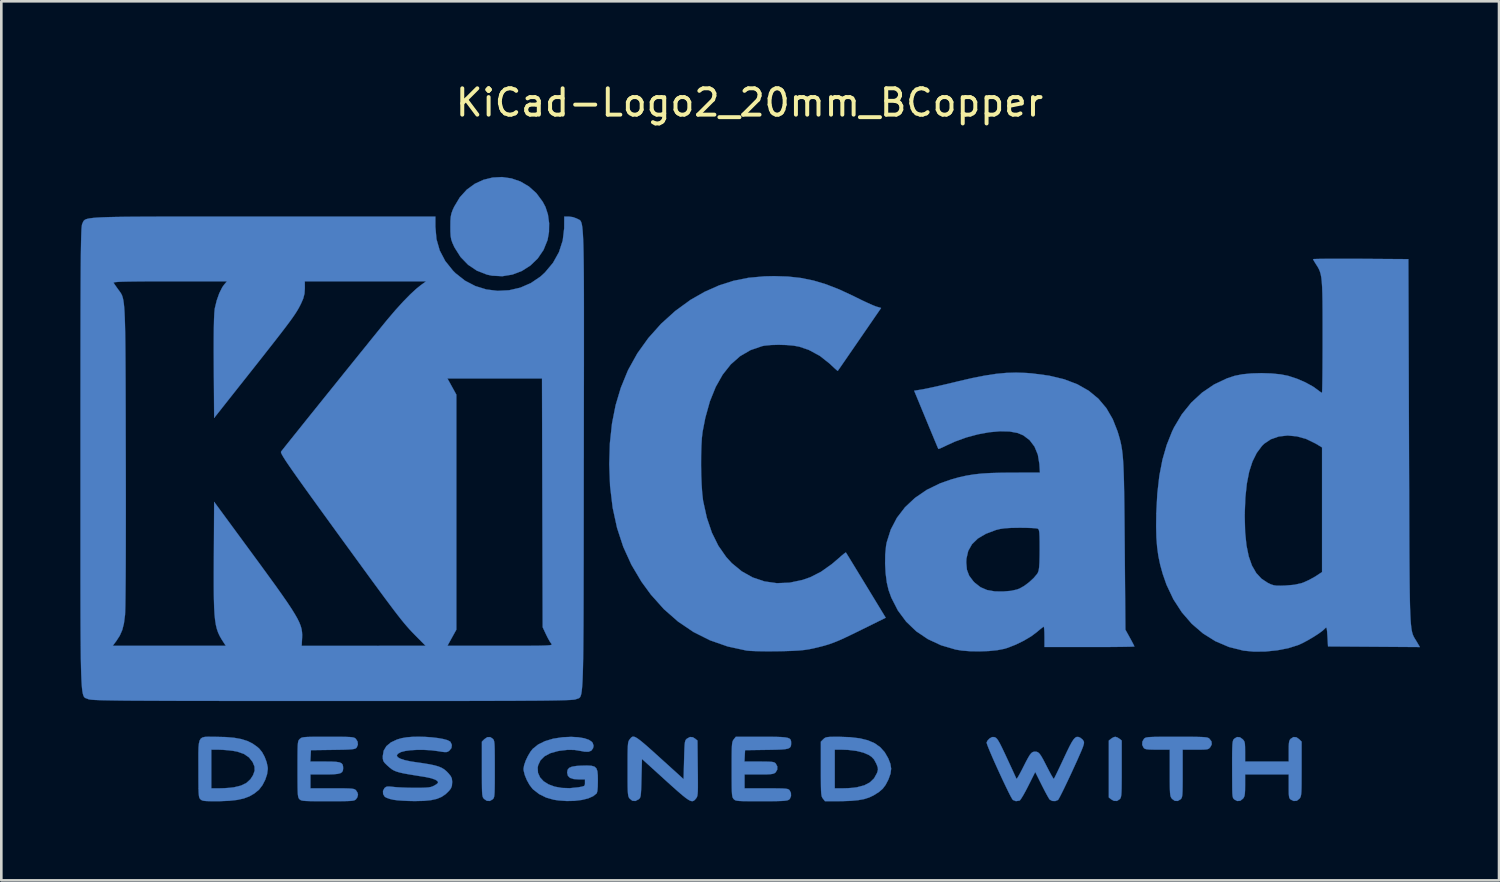
<source format=kicad_pcb>
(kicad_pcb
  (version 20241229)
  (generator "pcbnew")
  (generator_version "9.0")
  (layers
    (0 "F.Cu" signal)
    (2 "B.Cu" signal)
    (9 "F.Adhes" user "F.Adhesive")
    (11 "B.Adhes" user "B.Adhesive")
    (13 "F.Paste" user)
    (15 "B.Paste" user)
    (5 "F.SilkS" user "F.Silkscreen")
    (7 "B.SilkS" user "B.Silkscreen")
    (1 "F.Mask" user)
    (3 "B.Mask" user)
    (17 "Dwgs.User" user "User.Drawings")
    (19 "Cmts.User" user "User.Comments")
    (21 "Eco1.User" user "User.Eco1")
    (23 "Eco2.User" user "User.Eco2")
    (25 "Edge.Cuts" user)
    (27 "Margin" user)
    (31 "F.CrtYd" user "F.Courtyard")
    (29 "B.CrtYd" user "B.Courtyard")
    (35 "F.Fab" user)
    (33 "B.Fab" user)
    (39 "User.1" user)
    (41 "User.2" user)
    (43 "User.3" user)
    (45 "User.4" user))
  (footprint "KiCad-Logo2_20mm_BCopper"
    (layer "F.Cu")
    (at 25.405 13.548)
    (property "Reference" "KiCad-Logo2_20mm_BCopper" (at 0 -12.7 0) (layer "F.SilkS") (effects (font (size 1 1) (thickness 0.15))))
    (attr exclude_from_pos_files exclude_from_bom)
    (fp_poly (pts (xy 13.962 11.396) (xy 14.041 11.445) (xy 14.13 11.517) (xy 14.13 12.589) (xy 14.13 12.903) (xy 14.128 13.15) (xy 14.126 13.339) (xy 14.121 13.479) (xy 14.114 13.579) (xy 14.103 13.648) (xy 14.089 13.693) (xy 14.071 13.725) (xy 14.058 13.74) (xy 13.953 13.809) (xy 13.834 13.806) (xy 13.73 13.748) (xy 13.641 13.676) (xy 13.641 11.517) (xy 13.73 11.445) (xy 13.815 11.393) (xy 13.885 11.374) (xy 13.962 11.396)) (stroke (width 0.01) (type solid)) (fill yes) (layer "B.Cu"))
    (fp_poly (pts (xy -9.746 11.449) (xy -9.724 11.474) (xy -9.707 11.507) (xy -9.694 11.555) (xy -9.684 11.629) (xy -9.678 11.735) (xy -9.674 11.885) (xy -9.672 12.085) (xy -9.671 12.344) (xy -9.671 12.597) (xy -9.671 12.909) (xy -9.672 13.156) (xy -9.675 13.344) (xy -9.679 13.483) (xy -9.686 13.583) (xy -9.696 13.65) (xy -9.71 13.694) (xy -9.728 13.725) (xy -9.746 13.744) (xy -9.856 13.81) (xy -9.973 13.804) (xy -10.078 13.732) (xy -10.102 13.704) (xy -10.121 13.672) (xy -10.135 13.626) (xy -10.146 13.558) (xy -10.153 13.458) (xy -10.157 13.318) (xy -10.159 13.129) (xy -10.16 12.882) (xy -10.16 12.602) (xy -10.16 11.558) (xy -10.068 11.466) (xy -9.954 11.388) (xy -9.843 11.385) (xy -9.746 11.449)) (stroke (width 0.01) (type solid)) (fill yes) (layer "B.Cu"))
    (fp_poly (pts (xy -9.038 -9.825) (xy -8.696 -9.707) (xy -8.378 -9.52) (xy -8.094 -9.266) (xy -7.854 -8.943) (xy -7.746 -8.74) (xy -7.653 -8.455) (xy -7.608 -8.127) (xy -7.613 -7.79) (xy -7.668 -7.484) (xy -7.82 -7.11) (xy -8.04 -6.786) (xy -8.318 -6.518) (xy -8.641 -6.312) (xy -8.999 -6.175) (xy -9.381 -6.112) (xy -9.775 -6.132) (xy -9.969 -6.173) (xy -10.347 -6.32) (xy -10.683 -6.545) (xy -10.969 -6.84) (xy -11.196 -7.198) (xy -11.216 -7.238) (xy -11.282 -7.385) (xy -11.324 -7.508) (xy -11.346 -7.639) (xy -11.356 -7.807) (xy -11.357 -7.989) (xy -11.355 -8.208) (xy -11.343 -8.366) (xy -11.317 -8.494) (xy -11.271 -8.622) (xy -11.213 -8.748) (xy -10.999 -9.106) (xy -10.735 -9.397) (xy -10.432 -9.619) (xy -10.101 -9.772) (xy -9.751 -9.858) (xy -9.393 -9.876) (xy -9.038 -9.825)) (stroke (width 0.01) (type solid)) (fill yes) (layer "B.Cu"))
    (fp_poly (pts (xy 16.544 11.374) (xy 16.806 11.375) (xy 17.01 11.378) (xy 17.163 11.382) (xy 17.274 11.389) (xy 17.351 11.398) (xy 17.402 11.411) (xy 17.436 11.427) (xy 17.453 11.439) (xy 17.538 11.548) (xy 17.549 11.66) (xy 17.496 11.763) (xy 17.461 11.804) (xy 17.424 11.832) (xy 17.37 11.849) (xy 17.285 11.858) (xy 17.156 11.862) (xy 16.968 11.863) (xy 16.931 11.863) (xy 16.444 11.863) (xy 16.444 12.766) (xy 16.444 13.051) (xy 16.442 13.27) (xy 16.439 13.433) (xy 16.433 13.549) (xy 16.424 13.629) (xy 16.41 13.682) (xy 16.392 13.717) (xy 16.369 13.744) (xy 16.259 13.81) (xy 16.145 13.805) (xy 16.041 13.73) (xy 16.033 13.72) (xy 16.008 13.685) (xy 15.989 13.644) (xy 15.975 13.586) (xy 15.966 13.503) (xy 15.96 13.383) (xy 15.957 13.217) (xy 15.955 12.995) (xy 15.955 12.742) (xy 15.955 11.863) (xy 15.49 11.863) (xy 15.291 11.861) (xy 15.153 11.856) (xy 15.062 11.845) (xy 15.005 11.827) (xy 14.968 11.799) (xy 14.964 11.794) (xy 14.909 11.683) (xy 14.914 11.558) (xy 14.977 11.449) (xy 15.001 11.428) (xy 15.032 11.411) (xy 15.079 11.398) (xy 15.149 11.388) (xy 15.251 11.382) (xy 15.394 11.377) (xy 15.585 11.375) (xy 15.834 11.374) (xy 16.147 11.374) (xy 16.214 11.374) (xy 16.544 11.374)) (stroke (width 0.01) (type solid)) (fill yes) (layer "B.Cu"))
    (fp_poly (pts (xy 20.763 11.392) (xy 20.867 11.466) (xy 20.96 11.558) (xy 20.96 12.59) (xy 20.959 12.896) (xy 20.958 13.136) (xy 20.956 13.319) (xy 20.951 13.455) (xy 20.943 13.551) (xy 20.932 13.618) (xy 20.917 13.664) (xy 20.897 13.699) (xy 20.882 13.72) (xy 20.779 13.802) (xy 20.662 13.811) (xy 20.554 13.761) (xy 20.519 13.731) (xy 20.495 13.692) (xy 20.481 13.628) (xy 20.473 13.527) (xy 20.471 13.372) (xy 20.471 13.253) (xy 20.471 12.803) (xy 18.815 12.803) (xy 18.815 13.212) (xy 18.813 13.399) (xy 18.806 13.528) (xy 18.792 13.615) (xy 18.767 13.676) (xy 18.737 13.72) (xy 18.634 13.802) (xy 18.517 13.812) (xy 18.406 13.754) (xy 18.375 13.723) (xy 18.354 13.683) (xy 18.34 13.62) (xy 18.331 13.522) (xy 18.327 13.376) (xy 18.325 13.171) (xy 18.325 13.123) (xy 18.323 12.735) (xy 18.322 12.416) (xy 18.322 12.157) (xy 18.324 11.953) (xy 18.328 11.796) (xy 18.333 11.678) (xy 18.341 11.594) (xy 18.352 11.536) (xy 18.365 11.497) (xy 18.382 11.469) (xy 18.401 11.449) (xy 18.507 11.383) (xy 18.618 11.392) (xy 18.722 11.466) (xy 18.765 11.514) (xy 18.792 11.567) (xy 18.807 11.642) (xy 18.813 11.757) (xy 18.815 11.929) (xy 18.815 11.936) (xy 18.815 12.314) (xy 20.471 12.314) (xy 20.471 11.919) (xy 20.472 11.737) (xy 20.479 11.614) (xy 20.493 11.534) (xy 20.518 11.481) (xy 20.546 11.449) (xy 20.652 11.383) (xy 20.763 11.392)) (stroke (width 0.01) (type solid)) (fill yes) (layer "B.Cu"))
    (fp_poly (pts (xy 3.394 11.374) (xy 3.824 11.389) (xy 4.19 11.433) (xy 4.497 11.509) (xy 4.753 11.62) (xy 4.962 11.769) (xy 5.131 11.957) (xy 5.266 12.189) (xy 5.268 12.195) (xy 5.349 12.402) (xy 5.377 12.585) (xy 5.354 12.77) (xy 5.279 12.98) (xy 5.265 13.012) (xy 5.167 13.2) (xy 5.058 13.345) (xy 4.917 13.468) (xy 4.724 13.59) (xy 4.713 13.597) (xy 4.545 13.677) (xy 4.355 13.738) (xy 4.132 13.779) (xy 3.862 13.805) (xy 3.534 13.817) (xy 3.418 13.818) (xy 2.865 13.819) (xy 2.787 13.72) (xy 2.764 13.688) (xy 2.746 13.65) (xy 2.733 13.597) (xy 2.723 13.521) (xy 2.716 13.411) (xy 2.714 13.33) (xy 3.236 13.33) (xy 3.549 13.33) (xy 3.732 13.325) (xy 3.92 13.311) (xy 4.074 13.291) (xy 4.084 13.289) (xy 4.358 13.216) (xy 4.57 13.105) (xy 4.728 12.953) (xy 4.838 12.753) (xy 4.857 12.7) (xy 4.876 12.618) (xy 4.868 12.536) (xy 4.828 12.428) (xy 4.804 12.375) (xy 4.727 12.233) (xy 4.633 12.134) (xy 4.53 12.065) (xy 4.323 11.975) (xy 4.059 11.91) (xy 3.751 11.872) (xy 3.528 11.864) (xy 3.236 11.863) (xy 3.236 13.33) (xy 2.714 13.33) (xy 2.712 13.26) (xy 2.71 13.058) (xy 2.709 12.795) (xy 2.709 12.59) (xy 2.709 11.558) (xy 2.802 11.466) (xy 2.843 11.428) (xy 2.887 11.403) (xy 2.949 11.387) (xy 3.043 11.378) (xy 3.182 11.375) (xy 3.382 11.374) (xy 3.394 11.374)) (stroke (width 0.01) (type solid)) (fill yes) (layer "B.Cu"))
    (fp_poly (pts (xy -20.405 11.374) (xy -20.273 11.375) (xy -19.887 11.384) (xy -19.564 11.412) (xy -19.293 11.461) (xy -19.062 11.534) (xy -18.861 11.634) (xy -18.679 11.765) (xy -18.614 11.822) (xy -18.506 11.955) (xy -18.408 12.135) (xy -18.333 12.334) (xy -18.292 12.526) (xy -18.288 12.597) (xy -18.315 12.793) (xy -18.386 13.007) (xy -18.49 13.209) (xy -18.613 13.371) (xy -18.633 13.391) (xy -18.802 13.528) (xy -18.987 13.635) (xy -19.199 13.715) (xy -19.448 13.77) (xy -19.746 13.803) (xy -20.102 13.818) (xy -20.265 13.819) (xy -20.473 13.818) (xy -20.618 13.814) (xy -20.716 13.805) (xy -20.78 13.789) (xy -20.824 13.765) (xy -20.847 13.744) (xy -20.869 13.719) (xy -20.886 13.686) (xy -20.899 13.638) (xy -20.908 13.564) (xy -20.915 13.458) (xy -20.919 13.308) (xy -20.921 13.108) (xy -20.922 12.849) (xy -20.922 12.597) (xy -20.923 12.26) (xy -20.923 11.991) (xy -20.92 11.863) (xy -20.433 11.863) (xy -20.433 13.33) (xy -20.122 13.33) (xy -19.936 13.325) (xy -19.74 13.311) (xy -19.577 13.292) (xy -19.572 13.291) (xy -19.308 13.227) (xy -19.103 13.128) (xy -18.948 12.986) (xy -18.849 12.833) (xy -18.788 12.663) (xy -18.793 12.504) (xy -18.863 12.333) (xy -19.002 12.156) (xy -19.193 12.025) (xy -19.442 11.938) (xy -19.609 11.907) (xy -19.798 11.885) (xy -19.998 11.869) (xy -20.169 11.863) (xy -20.179 11.863) (xy -20.433 11.863) (xy -20.92 11.863) (xy -20.918 11.783) (xy -20.903 11.627) (xy -20.876 11.516) (xy -20.832 11.443) (xy -20.767 11.399) (xy -20.676 11.378) (xy -20.557 11.372) (xy -20.405 11.374)) (stroke (width 0.01) (type solid)) (fill yes) (layer "B.Cu"))
    (fp_poly (pts (xy -4.334 11.388) (xy -4.255 11.434) (xy -4.152 11.51) (xy -4.02 11.618) (xy -3.853 11.762) (xy -3.646 11.947) (xy -3.394 12.175) (xy -3.104 12.437) (xy -2.502 12.983) (xy -2.484 12.25) (xy -2.477 11.998) (xy -2.47 11.81) (xy -2.462 11.676) (xy -2.452 11.584) (xy -2.437 11.524) (xy -2.417 11.486) (xy -2.39 11.457) (xy -2.376 11.445) (xy -2.261 11.382) (xy -2.151 11.391) (xy -2.064 11.445) (xy -1.976 11.517) (xy -1.965 12.567) (xy -1.961 12.876) (xy -1.96 13.118) (xy -1.96 13.304) (xy -1.963 13.441) (xy -1.97 13.539) (xy -1.979 13.608) (xy -1.994 13.655) (xy -2.012 13.69) (xy -2.033 13.718) (xy -2.078 13.771) (xy -2.123 13.805) (xy -2.174 13.819) (xy -2.237 13.807) (xy -2.318 13.766) (xy -2.424 13.693) (xy -2.561 13.583) (xy -2.735 13.433) (xy -2.952 13.24) (xy -3.199 13.017) (xy -4.083 12.215) (xy -4.102 12.945) (xy -4.108 13.197) (xy -4.115 13.385) (xy -4.123 13.518) (xy -4.133 13.61) (xy -4.148 13.669) (xy -4.168 13.708) (xy -4.195 13.736) (xy -4.209 13.748) (xy -4.333 13.811) (xy -4.449 13.802) (xy -4.55 13.72) (xy -4.574 13.688) (xy -4.592 13.649) (xy -4.605 13.597) (xy -4.615 13.52) (xy -4.622 13.41) (xy -4.626 13.258) (xy -4.628 13.055) (xy -4.628 12.792) (xy -4.628 12.597) (xy -4.628 12.291) (xy -4.627 12.052) (xy -4.624 11.87) (xy -4.619 11.736) (xy -4.612 11.64) (xy -4.601 11.574) (xy -4.585 11.528) (xy -4.565 11.493) (xy -4.55 11.473) (xy -4.513 11.426) (xy -4.478 11.39) (xy -4.44 11.37) (xy -4.393 11.368) (xy -4.334 11.388)) (stroke (width 0.01) (type solid)) (fill yes) (layer "B.Cu"))
    (fp_poly (pts (xy -6.5 11.392) (xy -6.272 11.43) (xy -6.096 11.49) (xy -5.982 11.568) (xy -5.951 11.613) (xy -5.92 11.717) (xy -5.941 11.811) (xy -6.008 11.901) (xy -6.112 11.942) (xy -6.264 11.939) (xy -6.381 11.916) (xy -6.641 11.873) (xy -6.907 11.869) (xy -7.205 11.904) (xy -7.287 11.919) (xy -7.564 11.997) (xy -7.781 12.113) (xy -7.935 12.265) (xy -8.024 12.452) (xy -8.042 12.548) (xy -8.03 12.743) (xy -7.952 12.916) (xy -7.816 13.063) (xy -7.628 13.181) (xy -7.396 13.266) (xy -7.126 13.315) (xy -6.826 13.325) (xy -6.503 13.292) (xy -6.485 13.289) (xy -6.356 13.265) (xy -6.285 13.242) (xy -6.254 13.207) (xy -6.247 13.15) (xy -6.247 13.119) (xy -6.247 12.992) (xy -6.475 12.992) (xy -6.676 12.978) (xy -6.814 12.934) (xy -6.894 12.856) (xy -6.923 12.74) (xy -6.923 12.725) (xy -6.906 12.626) (xy -6.848 12.555) (xy -6.74 12.508) (xy -6.572 12.481) (xy -6.41 12.471) (xy -6.175 12.465) (xy -6.004 12.474) (xy -5.887 12.506) (xy -5.815 12.571) (xy -5.776 12.678) (xy -5.76 12.836) (xy -5.757 13.044) (xy -5.762 13.275) (xy -5.776 13.433) (xy -5.8 13.517) (xy -5.804 13.523) (xy -5.934 13.628) (xy -6.124 13.712) (xy -6.363 13.771) (xy -6.638 13.805) (xy -6.937 13.812) (xy -7.249 13.79) (xy -7.432 13.763) (xy -7.719 13.682) (xy -7.986 13.549) (xy -8.21 13.376) (xy -8.244 13.342) (xy -8.354 13.197) (xy -8.454 13.017) (xy -8.531 12.829) (xy -8.574 12.658) (xy -8.58 12.592) (xy -8.557 12.455) (xy -8.499 12.284) (xy -8.414 12.105) (xy -8.316 11.941) (xy -8.229 11.831) (xy -8.026 11.668) (xy -7.763 11.538) (xy -7.451 11.445) (xy -7.097 11.391) (xy -6.773 11.377) (xy -6.5 11.392)) (stroke (width 0.01) (type solid)) (fill yes) (layer "B.Cu"))
    (fp_poly (pts (xy 0.768 11.374) (xy 1.022 11.377) (xy 1.217 11.384) (xy 1.361 11.397) (xy 1.461 11.418) (xy 1.525 11.447) (xy 1.561 11.487) (xy 1.577 11.54) (xy 1.58 11.607) (xy 1.58 11.614) (xy 1.577 11.69) (xy 1.561 11.748) (xy 1.524 11.792) (xy 1.458 11.823) (xy 1.353 11.844) (xy 1.201 11.857) (xy 0.993 11.865) (xy 0.721 11.87) (xy 0.638 11.871) (xy -0.169 11.882) (xy -0.181 12.098) (xy -0.192 12.314) (xy 0.369 12.314) (xy 0.588 12.315) (xy 0.744 12.319) (xy 0.85 12.326) (xy 0.919 12.339) (xy 0.964 12.359) (xy 0.996 12.388) (xy 0.996 12.388) (xy 1.055 12.5) (xy 1.052 12.621) (xy 0.991 12.725) (xy 0.979 12.735) (xy 0.936 12.763) (xy 0.877 12.782) (xy 0.789 12.794) (xy 0.658 12.801) (xy 0.472 12.803) (xy 0.353 12.803) (xy -0.188 12.803) (xy -0.188 13.33) (xy 0.634 13.33) (xy 0.905 13.331) (xy 1.111 13.333) (xy 1.262 13.337) (xy 1.367 13.344) (xy 1.437 13.355) (xy 1.482 13.371) (xy 1.511 13.392) (xy 1.518 13.399) (xy 1.572 13.504) (xy 1.576 13.624) (xy 1.532 13.728) (xy 1.497 13.761) (xy 1.46 13.779) (xy 1.404 13.793) (xy 1.319 13.804) (xy 1.196 13.811) (xy 1.026 13.816) (xy 0.8 13.819) (xy 0.51 13.819) (xy 0.445 13.819) (xy 0.15 13.819) (xy -0.079 13.818) (xy -0.251 13.816) (xy -0.376 13.811) (xy -0.463 13.802) (xy -0.52 13.791) (xy -0.558 13.774) (xy -0.586 13.753) (xy -0.601 13.737) (xy -0.623 13.71) (xy -0.641 13.676) (xy -0.654 13.626) (xy -0.664 13.552) (xy -0.67 13.445) (xy -0.674 13.295) (xy -0.676 13.094) (xy -0.677 12.833) (xy -0.677 12.613) (xy -0.677 12.305) (xy -0.676 12.064) (xy -0.673 11.879) (xy -0.669 11.743) (xy -0.661 11.645) (xy -0.65 11.577) (xy -0.635 11.53) (xy -0.616 11.495) (xy -0.599 11.473) (xy -0.521 11.374) (xy 0.446 11.374) (xy 0.768 11.374)) (stroke (width 0.01) (type solid)) (fill yes) (layer "B.Cu"))
    (fp_poly (pts (xy -15.709 11.374) (xy -15.478 11.375) (xy -15.303 11.378) (xy -15.176 11.383) (xy -15.087 11.391) (xy -15.027 11.403) (xy -14.987 11.419) (xy -14.957 11.441) (xy -14.946 11.45) (xy -14.88 11.554) (xy -14.868 11.673) (xy -14.912 11.778) (xy -14.932 11.8) (xy -14.964 11.82) (xy -15.016 11.836) (xy -15.098 11.848) (xy -15.219 11.857) (xy -15.389 11.864) (xy -15.617 11.868) (xy -15.825 11.871) (xy -16.651 11.882) (xy -16.662 12.098) (xy -16.674 12.314) (xy -16.113 12.314) (xy -15.87 12.316) (xy -15.692 12.325) (xy -15.569 12.344) (xy -15.491 12.378) (xy -15.448 12.429) (xy -15.431 12.502) (xy -15.428 12.569) (xy -15.436 12.652) (xy -15.468 12.713) (xy -15.531 12.755) (xy -15.637 12.782) (xy -15.795 12.797) (xy -16.013 12.803) (xy -16.133 12.803) (xy -16.67 12.803) (xy -16.67 13.33) (xy -15.842 13.33) (xy -15.571 13.331) (xy -15.364 13.332) (xy -15.213 13.336) (xy -15.107 13.343) (xy -15.035 13.354) (xy -14.988 13.369) (xy -14.956 13.39) (xy -14.939 13.406) (xy -14.882 13.495) (xy -14.864 13.575) (xy -14.89 13.672) (xy -14.939 13.744) (xy -14.965 13.767) (xy -14.999 13.784) (xy -15.049 13.798) (xy -15.126 13.807) (xy -15.237 13.813) (xy -15.392 13.817) (xy -15.601 13.819) (xy -15.871 13.819) (xy -16.011 13.819) (xy -16.312 13.819) (xy -16.546 13.818) (xy -16.724 13.815) (xy -16.853 13.81) (xy -16.944 13.802) (xy -17.004 13.791) (xy -17.044 13.775) (xy -17.073 13.755) (xy -17.084 13.744) (xy -17.106 13.719) (xy -17.123 13.686) (xy -17.136 13.637) (xy -17.146 13.564) (xy -17.152 13.457) (xy -17.156 13.307) (xy -17.158 13.106) (xy -17.159 12.846) (xy -17.159 12.603) (xy -17.159 12.292) (xy -17.158 12.048) (xy -17.156 11.862) (xy -17.152 11.724) (xy -17.145 11.626) (xy -17.135 11.56) (xy -17.121 11.516) (xy -17.102 11.486) (xy -17.078 11.461) (xy -17.072 11.455) (xy -17.043 11.431) (xy -17.01 11.411) (xy -16.962 11.397) (xy -16.891 11.387) (xy -16.788 11.38) (xy -16.643 11.376) (xy -16.446 11.374) (xy -16.189 11.374) (xy -16.007 11.374) (xy -15.709 11.374)) (stroke (width 0.01) (type solid)) (fill yes) (layer "B.Cu"))
    (fp_poly (pts (xy 12.482 11.38) (xy 12.548 11.403) (xy 12.55 11.405) (xy 12.639 11.472) (xy 12.688 11.542) (xy 12.697 11.575) (xy 12.697 11.618) (xy 12.683 11.68) (xy 12.654 11.768) (xy 12.606 11.889) (xy 12.535 12.052) (xy 12.441 12.265) (xy 12.318 12.534) (xy 12.251 12.681) (xy 12.129 12.943) (xy 12.014 13.185) (xy 11.912 13.396) (xy 11.825 13.569) (xy 11.76 13.694) (xy 11.719 13.763) (xy 11.711 13.772) (xy 11.607 13.814) (xy 11.49 13.809) (xy 11.397 13.758) (xy 11.393 13.754) (xy 11.356 13.697) (xy 11.293 13.587) (xy 11.213 13.438) (xy 11.123 13.263) (xy 11.091 13.199) (xy 10.847 12.71) (xy 10.581 13.241) (xy 10.486 13.425) (xy 10.398 13.584) (xy 10.324 13.706) (xy 10.271 13.78) (xy 10.253 13.796) (xy 10.114 13.817) (xy 9.999 13.772) (xy 9.966 13.725) (xy 9.907 13.619) (xy 9.829 13.465) (xy 9.736 13.274) (xy 9.632 13.056) (xy 9.523 12.822) (xy 9.413 12.581) (xy 9.306 12.345) (xy 9.209 12.123) (xy 9.125 11.926) (xy 9.059 11.765) (xy 9.016 11.65) (xy 9.001 11.591) (xy 9.001 11.589) (xy 9.038 11.515) (xy 9.111 11.439) (xy 9.116 11.436) (xy 9.206 11.385) (xy 9.29 11.385) (xy 9.321 11.395) (xy 9.359 11.416) (xy 9.4 11.457) (xy 9.448 11.526) (xy 9.508 11.633) (xy 9.585 11.786) (xy 9.683 11.992) (xy 9.772 12.183) (xy 9.875 12.404) (xy 9.967 12.603) (xy 10.043 12.769) (xy 10.099 12.892) (xy 10.131 12.962) (xy 10.135 12.973) (xy 10.156 12.955) (xy 10.203 12.88) (xy 10.27 12.76) (xy 10.352 12.604) (xy 10.384 12.54) (xy 10.494 12.323) (xy 10.579 12.166) (xy 10.645 12.057) (xy 10.701 11.99) (xy 10.752 11.954) (xy 10.805 11.94) (xy 10.84 11.938) (xy 10.902 11.943) (xy 10.956 11.966) (xy 11.01 12.015) (xy 11.071 12.1) (xy 11.146 12.23) (xy 11.242 12.415) (xy 11.296 12.52) (xy 11.382 12.687) (xy 11.457 12.826) (xy 11.515 12.924) (xy 11.548 12.971) (xy 11.553 12.973) (xy 11.574 12.936) (xy 11.622 12.841) (xy 11.692 12.697) (xy 11.779 12.515) (xy 11.878 12.305) (xy 11.927 12.2) (xy 12.054 11.93) (xy 12.156 11.723) (xy 12.239 11.57) (xy 12.308 11.467) (xy 12.368 11.405) (xy 12.424 11.378) (xy 12.482 11.38)) (stroke (width 0.01) (type solid)) (fill yes) (layer "B.Cu"))
    (fp_poly (pts (xy -12.306 11.378) (xy -12.056 11.395) (xy -11.824 11.423) (xy -11.623 11.459) (xy -11.467 11.502) (xy -11.368 11.553) (xy -11.353 11.568) (xy -11.3 11.683) (xy -11.316 11.801) (xy -11.398 11.902) (xy -11.402 11.905) (xy -11.45 11.937) (xy -11.5 11.953) (xy -11.57 11.955) (xy -11.678 11.943) (xy -11.84 11.917) (xy -11.853 11.915) (xy -12.096 11.885) (xy -12.357 11.871) (xy -12.62 11.87) (xy -12.865 11.884) (xy -13.073 11.912) (xy -13.228 11.952) (xy -13.238 11.956) (xy -13.35 12.019) (xy -13.39 12.082) (xy -13.359 12.145) (xy -13.26 12.204) (xy -13.096 12.259) (xy -12.87 12.308) (xy -12.719 12.331) (xy -12.405 12.376) (xy -12.155 12.417) (xy -11.959 12.458) (xy -11.806 12.502) (xy -11.685 12.553) (xy -11.586 12.614) (xy -11.498 12.689) (xy -11.427 12.763) (xy -11.344 12.866) (xy -11.302 12.954) (xy -11.289 13.063) (xy -11.289 13.103) (xy -11.299 13.236) (xy -11.337 13.334) (xy -11.404 13.422) (xy -11.541 13.555) (xy -11.693 13.657) (xy -11.872 13.731) (xy -12.089 13.779) (xy -12.356 13.806) (xy -12.684 13.814) (xy -12.738 13.814) (xy -12.956 13.809) (xy -13.173 13.799) (xy -13.364 13.785) (xy -13.506 13.767) (xy -13.518 13.765) (xy -13.659 13.732) (xy -13.779 13.689) (xy -13.847 13.651) (xy -13.91 13.549) (xy -13.915 13.43) (xy -13.86 13.324) (xy -13.848 13.312) (xy -13.798 13.276) (xy -13.735 13.261) (xy -13.637 13.264) (xy -13.519 13.277) (xy -13.387 13.289) (xy -13.201 13.299) (xy -12.985 13.307) (xy -12.759 13.311) (xy -12.7 13.311) (xy -12.474 13.31) (xy -12.308 13.305) (xy -12.189 13.296) (xy -12.101 13.28) (xy -12.03 13.256) (xy -11.987 13.236) (xy -11.893 13.181) (xy -11.834 13.131) (xy -11.825 13.116) (xy -11.843 13.058) (xy -11.931 13.001) (xy -12.082 12.948) (xy -12.289 12.903) (xy -12.351 12.893) (xy -12.67 12.842) (xy -12.925 12.8) (xy -13.126 12.764) (xy -13.282 12.729) (xy -13.402 12.694) (xy -13.498 12.654) (xy -13.578 12.608) (xy -13.652 12.551) (xy -13.731 12.481) (xy -13.758 12.457) (xy -13.851 12.366) (xy -13.901 12.293) (xy -13.92 12.211) (xy -13.923 12.107) (xy -13.889 11.902) (xy -13.786 11.729) (xy -13.615 11.587) (xy -13.378 11.476) (xy -13.208 11.427) (xy -13.024 11.395) (xy -12.803 11.376) (xy -12.559 11.371) (xy -12.306 11.378)) (stroke (width 0.01) (type solid)) (fill yes) (layer "B.Cu"))
    (fp_poly (pts (xy 1.459 -6.099) (xy 1.95 -6.045) (xy 2.425 -5.949) (xy 2.905 -5.805) (xy 3.408 -5.609) (xy 3.953 -5.355) (xy 4.052 -5.306) (xy 4.277 -5.195) (xy 4.49 -5.095) (xy 4.669 -5.016) (xy 4.793 -4.966) (xy 4.812 -4.96) (xy 4.995 -4.905) (xy 4.177 -3.716) (xy 3.977 -3.425) (xy 3.794 -3.16) (xy 3.635 -2.928) (xy 3.505 -2.74) (xy 3.411 -2.604) (xy 3.359 -2.529) (xy 3.35 -2.517) (xy 3.316 -2.541) (xy 3.231 -2.616) (xy 3.112 -2.727) (xy 3.046 -2.79) (xy 2.671 -3.087) (xy 2.251 -3.314) (xy 1.889 -3.437) (xy 1.672 -3.476) (xy 1.399 -3.5) (xy 1.105 -3.508) (xy 0.819 -3.5) (xy 0.574 -3.476) (xy 0.477 -3.457) (xy 0.037 -3.306) (xy -0.359 -3.075) (xy -0.712 -2.764) (xy -1.02 -2.375) (xy -1.284 -1.907) (xy -1.504 -1.362) (xy -1.678 -0.738) (xy -1.782 -0.205) (xy -1.809 0.031) (xy -1.827 0.335) (xy -1.837 0.686) (xy -1.839 1.062) (xy -1.833 1.442) (xy -1.818 1.802) (xy -1.796 2.122) (xy -1.767 2.38) (xy -1.761 2.42) (xy -1.62 3.06) (xy -1.428 3.626) (xy -1.183 4.122) (xy -0.885 4.549) (xy -0.674 4.78) (xy -0.294 5.093) (xy 0.122 5.325) (xy 0.569 5.475) (xy 1.038 5.542) (xy 1.522 5.523) (xy 2.016 5.418) (xy 2.307 5.316) (xy 2.711 5.111) (xy 3.127 4.816) (xy 3.36 4.617) (xy 3.491 4.502) (xy 3.593 4.418) (xy 3.652 4.377) (xy 3.659 4.376) (xy 3.685 4.417) (xy 3.753 4.527) (xy 3.856 4.696) (xy 3.99 4.915) (xy 4.147 5.173) (xy 4.324 5.462) (xy 4.422 5.623) (xy 5.171 6.854) (xy 4.236 7.316) (xy 3.897 7.482) (xy 3.623 7.613) (xy 3.397 7.715) (xy 3.201 7.795) (xy 3.019 7.86) (xy 2.835 7.916) (xy 2.631 7.968) (xy 2.435 8.015) (xy 2.261 8.051) (xy 2.08 8.078) (xy 1.872 8.098) (xy 1.62 8.112) (xy 1.305 8.122) (xy 1.092 8.126) (xy 0.79 8.129) (xy 0.499 8.128) (xy 0.241 8.122) (xy 0.033 8.113) (xy -0.105 8.101) (xy -0.113 8.1) (xy -0.828 7.945) (xy -1.499 7.711) (xy -2.127 7.396) (xy -2.71 7.002) (xy -3.25 6.529) (xy -3.744 5.976) (xy -4.103 5.485) (xy -4.484 4.842) (xy -4.793 4.163) (xy -5.029 3.443) (xy -5.196 2.675) (xy -5.294 1.855) (xy -5.325 1.023) (xy -5.3 0.218) (xy -5.22 -0.525) (xy -5.083 -1.218) (xy -4.887 -1.874) (xy -4.629 -2.506) (xy -4.598 -2.571) (xy -4.258 -3.183) (xy -3.841 -3.764) (xy -3.358 -4.305) (xy -2.821 -4.791) (xy -2.243 -5.212) (xy -1.703 -5.52) (xy -1.158 -5.762) (xy -0.613 -5.937) (xy -0.044 -6.051) (xy 0.567 -6.107) (xy 0.933 -6.115) (xy 1.459 -6.099)) (stroke (width 0.01) (type solid)) (fill yes) (layer "B.Cu"))
    (fp_poly (pts (xy 22.685 -6.774) (xy 23.072 -6.772) (xy 23.204 -6.772) (xy 25.013 -6.76) (xy 25.036 0.182) (xy 25.039 1.123) (xy 25.042 1.978) (xy 25.044 2.751) (xy 25.047 3.445) (xy 25.049 4.067) (xy 25.052 4.619) (xy 25.056 5.107) (xy 25.06 5.535) (xy 25.065 5.907) (xy 25.071 6.228) (xy 25.078 6.502) (xy 25.087 6.734) (xy 25.097 6.928) (xy 25.109 7.088) (xy 25.123 7.219) (xy 25.139 7.325) (xy 25.157 7.411) (xy 25.178 7.482) (xy 25.201 7.54) (xy 25.227 7.592) (xy 25.255 7.641) (xy 25.287 7.692) (xy 25.322 7.749) (xy 25.329 7.761) (xy 25.45 7.967) (xy 21.963 7.943) (xy 21.941 7.56) (xy 21.928 7.376) (xy 21.915 7.27) (xy 21.898 7.228) (xy 21.871 7.237) (xy 21.849 7.261) (xy 21.754 7.349) (xy 21.598 7.463) (xy 21.403 7.588) (xy 21.192 7.712) (xy 20.987 7.82) (xy 20.83 7.891) (xy 20.46 8.008) (xy 20.037 8.09) (xy 19.59 8.136) (xy 19.152 8.141) (xy 18.753 8.103) (xy 18.746 8.101) (xy 18.2 7.964) (xy 17.689 7.746) (xy 17.218 7.451) (xy 16.791 7.085) (xy 16.415 6.651) (xy 16.092 6.154) (xy 15.83 5.6) (xy 15.687 5.189) (xy 15.592 4.846) (xy 15.522 4.513) (xy 15.475 4.171) (xy 15.447 3.8) (xy 15.437 3.378) (xy 15.442 3.034) (xy 18.801 3.034) (xy 18.816 3.611) (xy 18.867 4.107) (xy 18.953 4.528) (xy 19.076 4.876) (xy 19.238 5.157) (xy 19.44 5.375) (xy 19.674 5.529) (xy 19.796 5.587) (xy 19.901 5.621) (xy 20.019 5.637) (xy 20.177 5.638) (xy 20.347 5.632) (xy 20.682 5.603) (xy 20.947 5.545) (xy 21.03 5.516) (xy 21.22 5.43) (xy 21.421 5.323) (xy 21.508 5.269) (xy 21.736 5.12) (xy 21.736 0.388) (xy 21.485 0.238) (xy 21.136 0.068) (xy 20.779 -0.032) (xy 20.428 -0.064) (xy 20.095 -0.027) (xy 19.794 0.077) (xy 19.538 0.248) (xy 19.455 0.33) (xy 19.255 0.599) (xy 19.094 0.924) (xy 18.969 1.312) (xy 18.88 1.767) (xy 18.824 2.296) (xy 18.801 2.903) (xy 18.801 3.034) (xy 15.442 3.034) (xy 15.443 2.891) (xy 15.482 2.142) (xy 15.559 1.466) (xy 15.677 0.854) (xy 15.838 0.295) (xy 16.043 -0.219) (xy 16.117 -0.372) (xy 16.413 -0.87) (xy 16.77 -1.312) (xy 17.18 -1.691) (xy 17.636 -2.001) (xy 18.128 -2.234) (xy 18.422 -2.331) (xy 18.712 -2.388) (xy 19.06 -2.422) (xy 19.438 -2.432) (xy 19.817 -2.42) (xy 20.166 -2.385) (xy 20.447 -2.33) (xy 20.781 -2.221) (xy 21.105 -2.081) (xy 21.389 -1.925) (xy 21.54 -1.818) (xy 21.644 -1.739) (xy 21.716 -1.691) (xy 21.733 -1.684) (xy 21.738 -1.728) (xy 21.743 -1.854) (xy 21.747 -2.054) (xy 21.751 -2.318) (xy 21.754 -2.637) (xy 21.756 -3.002) (xy 21.758 -3.406) (xy 21.758 -3.816) (xy 21.758 -4.343) (xy 21.757 -4.786) (xy 21.754 -5.156) (xy 21.748 -5.46) (xy 21.739 -5.706) (xy 21.726 -5.905) (xy 21.708 -6.063) (xy 21.684 -6.189) (xy 21.654 -6.292) (xy 21.617 -6.381) (xy 21.572 -6.463) (xy 21.518 -6.548) (xy 21.511 -6.558) (xy 21.442 -6.668) (xy 21.4 -6.743) (xy 21.394 -6.759) (xy 21.438 -6.764) (xy 21.563 -6.768) (xy 21.76 -6.771) (xy 22.019 -6.773) (xy 22.331 -6.774) (xy 22.685 -6.774)) (stroke (width 0.01) (type solid)) (fill yes) (layer "B.Cu"))
    (fp_poly (pts (xy 10.502 -2.439) (xy 10.727 -2.422) (xy 11.372 -2.336) (xy 11.944 -2.2) (xy 12.444 -2.01) (xy 12.876 -1.765) (xy 13.243 -1.463) (xy 13.547 -1.103) (xy 13.791 -0.683) (xy 13.97 -0.228) (xy 14.015 -0.082) (xy 14.054 0.054) (xy 14.088 0.188) (xy 14.117 0.327) (xy 14.142 0.479) (xy 14.163 0.651) (xy 14.18 0.851) (xy 14.194 1.085) (xy 14.205 1.362) (xy 14.215 1.687) (xy 14.222 2.069) (xy 14.229 2.516) (xy 14.235 3.033) (xy 14.24 3.629) (xy 14.244 4.097) (xy 14.27 7.306) (xy 14.441 7.615) (xy 14.522 7.764) (xy 14.582 7.879) (xy 14.611 7.941) (xy 14.612 7.945) (xy 14.568 7.95) (xy 14.443 7.954) (xy 14.247 7.958) (xy 13.99 7.961) (xy 13.681 7.964) (xy 13.331 7.965) (xy 12.95 7.966) (xy 12.905 7.966) (xy 11.198 7.966) (xy 11.198 7.579) (xy 11.195 7.404) (xy 11.187 7.27) (xy 11.176 7.199) (xy 11.171 7.192) (xy 11.126 7.22) (xy 11.033 7.293) (xy 10.912 7.395) (xy 10.909 7.398) (xy 10.689 7.562) (xy 10.41 7.727) (xy 10.105 7.876) (xy 9.805 7.994) (xy 9.673 8.034) (xy 9.41 8.085) (xy 9.087 8.118) (xy 8.735 8.131) (xy 8.381 8.126) (xy 8.057 8.1) (xy 7.829 8.063) (xy 7.272 7.899) (xy 6.771 7.666) (xy 6.328 7.367) (xy 5.948 7.003) (xy 5.633 6.579) (xy 5.386 6.096) (xy 5.28 5.804) (xy 5.213 5.519) (xy 5.169 5.178) (xy 5.148 4.811) (xy 5.149 4.757) (xy 8.228 4.757) (xy 8.253 5.03) (xy 8.338 5.257) (xy 8.495 5.467) (xy 8.556 5.529) (xy 8.77 5.695) (xy 9.018 5.802) (xy 9.315 5.854) (xy 9.628 5.858) (xy 9.925 5.833) (xy 10.152 5.783) (xy 10.251 5.746) (xy 10.428 5.646) (xy 10.617 5.504) (xy 10.789 5.345) (xy 10.917 5.193) (xy 10.951 5.137) (xy 10.977 5.059) (xy 10.996 4.934) (xy 11.008 4.751) (xy 11.014 4.498) (xy 11.016 4.257) (xy 11.015 3.976) (xy 11.011 3.773) (xy 11.004 3.634) (xy 10.991 3.547) (xy 10.972 3.498) (xy 10.945 3.473) (xy 10.936 3.469) (xy 10.863 3.457) (xy 10.718 3.448) (xy 10.521 3.441) (xy 10.292 3.438) (xy 10.242 3.438) (xy 9.936 3.443) (xy 9.699 3.457) (xy 9.511 3.484) (xy 9.356 3.522) (xy 8.97 3.668) (xy 8.668 3.847) (xy 8.447 4.062) (xy 8.303 4.317) (xy 8.235 4.613) (xy 8.228 4.757) (xy 5.149 4.757) (xy 5.153 4.45) (xy 5.184 4.126) (xy 5.208 3.995) (xy 5.361 3.51) (xy 5.594 3.063) (xy 5.903 2.66) (xy 6.283 2.304) (xy 6.729 1.999) (xy 7.238 1.751) (xy 7.67 1.6) (xy 7.959 1.52) (xy 8.235 1.459) (xy 8.517 1.413) (xy 8.822 1.38) (xy 9.168 1.36) (xy 9.573 1.349) (xy 9.94 1.346) (xy 11.026 1.343) (xy 11.005 1.016) (xy 10.946 0.662) (xy 10.82 0.358) (xy 10.633 0.11) (xy 10.391 -0.072) (xy 10.177 -0.161) (xy 9.87 -0.217) (xy 9.506 -0.225) (xy 9.1 -0.188) (xy 8.67 -0.109) (xy 8.232 0.009) (xy 7.805 0.164) (xy 7.495 0.305) (xy 7.345 0.377) (xy 7.231 0.428) (xy 7.173 0.447) (xy 7.17 0.447) (xy 7.15 0.403) (xy 7.1 0.285) (xy 7.025 0.106) (xy 6.93 -0.123) (xy 6.818 -0.392) (xy 6.705 -0.666) (xy 6.251 -1.764) (xy 6.574 -1.817) (xy 6.714 -1.844) (xy 6.924 -1.889) (xy 7.186 -1.947) (xy 7.483 -2.016) (xy 7.796 -2.09) (xy 7.92 -2.121) (xy 8.46 -2.246) (xy 8.932 -2.339) (xy 9.355 -2.404) (xy 9.745 -2.441) (xy 10.122 -2.452) (xy 10.502 -2.439)) (stroke (width 0.01) (type solid)) (fill yes) (layer "B.Cu"))
    (fp_poly (pts (xy -19.746 -8.376) (xy -18.869 -8.376) (xy -18.461 -8.376) (xy -11.926 -8.376) (xy -11.926 -7.99) (xy -11.885 -7.522) (xy -11.761 -7.089) (xy -11.553 -6.691) (xy -11.259 -6.324) (xy -11.16 -6.225) (xy -10.803 -5.943) (xy -10.409 -5.738) (xy -9.991 -5.609) (xy -9.559 -5.556) (xy -9.126 -5.579) (xy -8.702 -5.677) (xy -8.301 -5.851) (xy -7.933 -6.101) (xy -7.768 -6.252) (xy -7.46 -6.621) (xy -7.234 -7.027) (xy -7.092 -7.466) (xy -7.036 -7.931) (xy -7.036 -7.977) (xy -7.033 -8.376) (xy -6.858 -8.376) (xy -6.702 -8.355) (xy -6.561 -8.303) (xy -6.551 -8.298) (xy -6.519 -8.281) (xy -6.49 -8.268) (xy -6.463 -8.255) (xy -6.438 -8.238) (xy -6.416 -8.214) (xy -6.396 -8.178) (xy -6.378 -8.127) (xy -6.362 -8.057) (xy -6.348 -7.964) (xy -6.336 -7.845) (xy -6.325 -7.695) (xy -6.316 -7.512) (xy -6.308 -7.29) (xy -6.302 -7.027) (xy -6.297 -6.719) (xy -6.293 -6.361) (xy -6.29 -5.951) (xy -6.288 -5.484) (xy -6.287 -4.957) (xy -6.287 -4.365) (xy -6.287 -3.705) (xy -6.287 -2.974) (xy -6.288 -2.167) (xy -6.29 -1.281) (xy -6.291 -0.312) (xy -6.292 0.744) (xy -6.293 0.873) (xy -6.294 1.935) (xy -6.295 2.911) (xy -6.296 3.803) (xy -6.297 4.615) (xy -6.299 5.352) (xy -6.3 6.016) (xy -6.302 6.611) (xy -6.304 7.142) (xy -6.308 7.613) (xy -6.311 8.026) (xy -6.316 8.385) (xy -6.322 8.695) (xy -6.329 8.96) (xy -6.337 9.182) (xy -6.347 9.366) (xy -6.358 9.515) (xy -6.37 9.634) (xy -6.384 9.726) (xy -6.401 9.795) (xy -6.419 9.844) (xy -6.439 9.877) (xy -6.462 9.899) (xy -6.486 9.913) (xy -6.514 9.922) (xy -6.544 9.931) (xy -6.576 9.942) (xy -6.584 9.946) (xy -6.609 9.954) (xy -6.651 9.962) (xy -6.713 9.968) (xy -6.8 9.975) (xy -6.914 9.98) (xy -7.06 9.985) (xy -7.241 9.99) (xy -7.46 9.994) (xy -7.722 9.998) (xy -8.03 10.001) (xy -8.388 10.003) (xy -8.8 10.006) (xy -9.268 10.008) (xy -9.797 10.009) (xy -10.39 10.011) (xy -11.051 10.012) (xy -11.784 10.012) (xy -12.593 10.013) (xy -13.48 10.013) (xy -14.45 10.013) (xy -15.506 10.013) (xy -15.848 10.013) (xy -16.927 10.013) (xy -17.919 10.013) (xy -18.828 10.012) (xy -19.656 10.012) (xy -20.409 10.011) (xy -21.089 10.01) (xy -21.699 10.009) (xy -22.245 10.007) (xy -22.73 10.005) (xy -23.156 10.003) (xy -23.529 10.001) (xy -23.851 9.998) (xy -24.126 9.994) (xy -24.359 9.99) (xy -24.552 9.986) (xy -24.709 9.981) (xy -24.835 9.976) (xy -24.933 9.97) (xy -25.006 9.963) (xy -25.058 9.956) (xy -25.093 9.948) (xy -25.112 9.941) (xy -25.146 9.927) (xy -25.178 9.916) (xy -25.206 9.905) (xy -25.232 9.891) (xy -25.256 9.869) (xy -25.277 9.836) (xy -25.296 9.788) (xy -25.313 9.721) (xy -25.329 9.631) (xy -25.342 9.515) (xy -25.353 9.369) (xy -25.363 9.189) (xy -25.372 8.972) (xy -25.379 8.713) (xy -25.385 8.409) (xy -25.389 8.056) (xy -25.39 7.92) (xy -24.176 7.92) (xy -19.882 7.92) (xy -19.964 7.795) (xy -20.046 7.667) (xy -20.116 7.544) (xy -20.174 7.419) (xy -20.221 7.283) (xy -20.259 7.128) (xy -20.288 6.944) (xy -20.31 6.724) (xy -20.325 6.458) (xy -20.334 6.138) (xy -20.338 5.757) (xy -20.339 5.304) (xy -20.337 4.771) (xy -20.336 4.573) (xy -20.325 2.454) (xy -18.982 4.282) (xy -18.601 4.8) (xy -18.272 5.252) (xy -17.989 5.642) (xy -17.751 5.978) (xy -17.552 6.264) (xy -17.39 6.508) (xy -17.262 6.714) (xy -17.162 6.889) (xy -17.089 7.039) (xy -17.038 7.17) (xy -17.006 7.287) (xy -16.989 7.398) (xy -16.983 7.507) (xy -16.986 7.621) (xy -16.987 7.635) (xy -17.002 7.921) (xy -14.649 7.921) (xy -12.296 7.92) (xy -12.646 7.567) (xy -12.741 7.471) (xy -12.831 7.377) (xy -12.92 7.281) (xy -13.012 7.176) (xy -13.112 7.059) (xy -13.222 6.924) (xy -13.347 6.765) (xy -13.491 6.578) (xy -13.657 6.357) (xy -13.851 6.098) (xy -14.075 5.794) (xy -14.334 5.441) (xy -14.631 5.034) (xy -14.971 4.567) (xy -15.358 4.036) (xy -15.675 3.6) (xy -16.072 3.052) (xy -16.419 2.573) (xy -16.718 2.159) (xy -16.973 1.804) (xy -17.187 1.504) (xy -17.362 1.255) (xy -17.502 1.052) (xy -17.611 0.891) (xy -17.69 0.766) (xy -17.744 0.674) (xy -17.776 0.61) (xy -17.788 0.569) (xy -17.784 0.548) (xy -17.74 0.491) (xy -17.644 0.37) (xy -17.503 0.193) (xy -17.322 -0.033) (xy -17.106 -0.302) (xy -16.863 -0.606) (xy -16.597 -0.937) (xy -16.314 -1.289) (xy -16.02 -1.654) (xy -15.72 -2.026) (xy -15.556 -2.23) (xy -11.469 -2.23) (xy -11.13 -1.616) (xy -11.13 7.306) (xy -11.469 7.92) (xy -9.46 7.92) (xy -8.981 7.92) (xy -8.584 7.92) (xy -8.264 7.918) (xy -8.012 7.916) (xy -7.821 7.912) (xy -7.683 7.906) (xy -7.59 7.898) (xy -7.536 7.888) (xy -7.512 7.875) (xy -7.51 7.859) (xy -7.524 7.84) (xy -7.524 7.84) (xy -7.582 7.757) (xy -7.658 7.622) (xy -7.725 7.487) (xy -7.852 7.215) (xy -7.865 2.492) (xy -7.878 -2.23) (xy -11.469 -2.23) (xy -15.556 -2.23) (xy -15.422 -2.397) (xy -15.129 -2.76) (xy -14.849 -3.107) (xy -14.586 -3.432) (xy -14.348 -3.728) (xy -14.138 -3.987) (xy -13.964 -4.202) (xy -13.831 -4.365) (xy -13.752 -4.461) (xy -13.448 -4.818) (xy -13.156 -5.14) (xy -12.885 -5.417) (xy -12.646 -5.638) (xy -12.477 -5.773) (xy -12.277 -5.918) (xy -16.883 -5.918) (xy -16.882 -5.647) (xy -16.895 -5.449) (xy -16.943 -5.264) (xy -17.018 -5.09) (xy -17.067 -4.991) (xy -17.119 -4.893) (xy -17.18 -4.79) (xy -17.254 -4.674) (xy -17.346 -4.54) (xy -17.461 -4.381) (xy -17.603 -4.191) (xy -17.778 -3.962) (xy -17.99 -3.689) (xy -18.244 -3.365) (xy -18.544 -2.983) (xy -18.896 -2.537) (xy -18.936 -2.487) (xy -20.325 -0.731) (xy -20.338 -2.676) (xy -20.341 -3.258) (xy -20.34 -3.751) (xy -20.336 -4.157) (xy -20.329 -4.476) (xy -20.318 -4.711) (xy -20.304 -4.862) (xy -20.3 -4.891) (xy -20.226 -5.195) (xy -20.129 -5.468) (xy -20.019 -5.688) (xy -19.953 -5.782) (xy -19.839 -5.918) (xy -22.007 -5.918) (xy -22.525 -5.917) (xy -22.957 -5.916) (xy -23.312 -5.913) (xy -23.594 -5.909) (xy -23.81 -5.904) (xy -23.967 -5.897) (xy -24.07 -5.888) (xy -24.127 -5.877) (xy -24.143 -5.864) (xy -24.142 -5.861) (xy -24.096 -5.791) (xy -24.019 -5.681) (xy -23.98 -5.626) (xy -23.938 -5.57) (xy -23.902 -5.52) (xy -23.869 -5.472) (xy -23.839 -5.419) (xy -23.813 -5.358) (xy -23.791 -5.283) (xy -23.771 -5.189) (xy -23.754 -5.072) (xy -23.74 -4.927) (xy -23.728 -4.748) (xy -23.718 -4.532) (xy -23.71 -4.272) (xy -23.703 -3.964) (xy -23.698 -3.604) (xy -23.694 -3.186) (xy -23.691 -2.706) (xy -23.688 -2.158) (xy -23.686 -1.537) (xy -23.684 -0.84) (xy -23.683 -0.061) (xy -23.681 0.656) (xy -23.679 1.454) (xy -23.678 2.216) (xy -23.678 2.936) (xy -23.679 3.61) (xy -23.68 4.232) (xy -23.682 4.799) (xy -23.685 5.304) (xy -23.689 5.744) (xy -23.693 6.113) (xy -23.697 6.406) (xy -23.703 6.619) (xy -23.708 6.746) (xy -23.71 6.76) (xy -23.75 7.069) (xy -23.813 7.318) (xy -23.908 7.535) (xy -24.047 7.749) (xy -24.065 7.772) (xy -24.176 7.92) (xy -25.39 7.92) (xy -25.393 7.65) (xy -25.396 7.188) (xy -25.398 6.666) (xy -25.399 6.079) (xy -25.4 5.425) (xy -25.4 4.7) (xy -25.4 3.899) (xy -25.4 3.019) (xy -25.4 2.056) (xy -25.4 1.007) (xy -25.4 0.799) (xy -25.4 -0.261) (xy -25.4 -1.234) (xy -25.399 -2.124) (xy -25.399 -2.933) (xy -25.398 -3.667) (xy -25.397 -4.328) (xy -25.396 -4.921) (xy -25.394 -5.448) (xy -25.392 -5.915) (xy -25.39 -6.324) (xy -25.387 -6.679) (xy -25.384 -6.985) (xy -25.38 -7.244) (xy -25.376 -7.461) (xy -25.371 -7.639) (xy -25.366 -7.782) (xy -25.361 -7.894) (xy -25.354 -7.978) (xy -25.347 -8.039) (xy -25.34 -8.079) (xy -25.331 -8.103) (xy -25.331 -8.104) (xy -25.314 -8.141) (xy -25.3 -8.174) (xy -25.284 -8.204) (xy -25.262 -8.231) (xy -25.23 -8.255) (xy -25.183 -8.277) (xy -25.118 -8.295) (xy -25.029 -8.311) (xy -24.912 -8.325) (xy -24.763 -8.337) (xy -24.577 -8.347) (xy -24.35 -8.355) (xy -24.079 -8.361) (xy -23.757 -8.366) (xy -23.381 -8.37) (xy -22.947 -8.372) (xy -22.45 -8.374) (xy -21.886 -8.375) (xy -21.25 -8.376) (xy -20.538 -8.376) (xy -19.746 -8.376)) (stroke (width 0.01) (type solid)) (fill yes) (layer "B.Cu")))
  (gr_rect
    (start -3 -3)
    (end 53.86 30.373)
    (stroke (width 0.1) (type default))
    (fill no)
    (layer "Edge.Cuts")))
</source>
